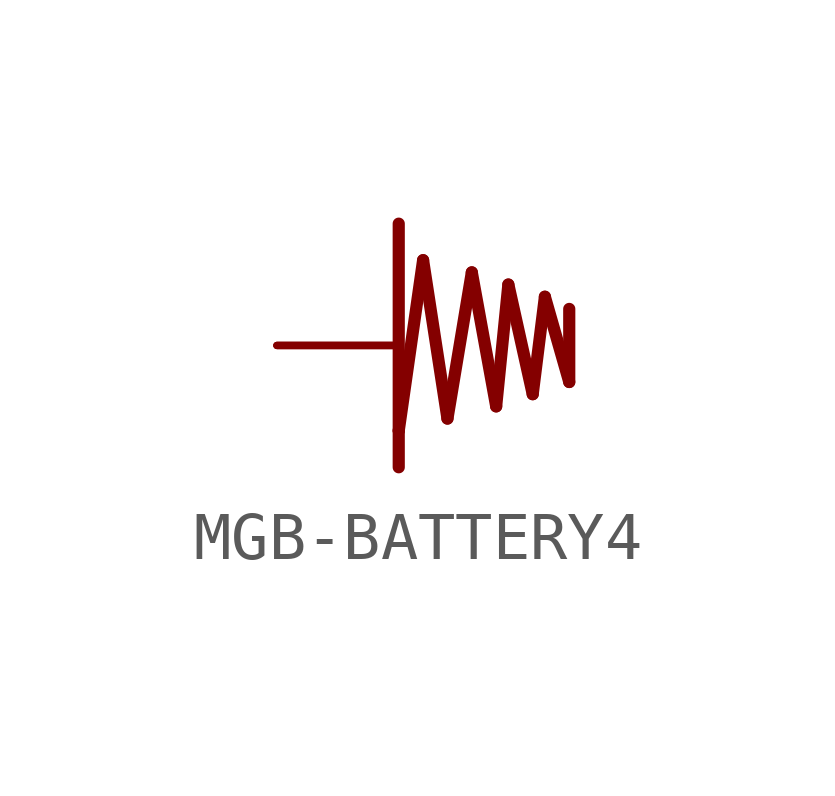
<source format=kicad_sym>
(kicad_symbol_lib
  (version 20241209)
  (generator "kicad_symbol_editor")
  (generator_version "9.0")
  (symbol "MGB-BATTERY4"
    (property "Reference" ""
      (at 0 0 0)
      (effects (font (size 1.27 1.27)) (hide yes)))
    (property "ki_locked" ""
      (at 0 0 0)
      (effects (font (size 1.27 1.27))))
    (symbol "MGB-BATTERY4_1_0"
      (polyline (pts (xy 0 2.54) (xy 0 -1.778)) (stroke (width 0.254) (type solid)) (fill (type none)))
      (polyline (pts (xy 0 -1.778) (xy 0 -2.54)) (stroke (width 0.254) (type solid)) (fill (type none)))
      (polyline (pts (xy 0 -1.778) (xy 0.508 1.778)) (stroke (width 0.254) (type solid)) (fill (type none)))
      (polyline (pts (xy 0.508 1.778) (xy 1.016 -1.524)) (stroke (width 0.254) (type solid)) (fill (type none)))
      (polyline (pts (xy 1.016 -1.524) (xy 1.524 1.524)) (stroke (width 0.254) (type solid)) (fill (type none)))
      (polyline (pts (xy 1.524 1.524) (xy 2.032 -1.27)) (stroke (width 0.254) (type solid)) (fill (type none)))
      (polyline (pts (xy 2.032 -1.27) (xy 2.286 1.27)) (stroke (width 0.254) (type solid)) (fill (type none)))
      (polyline (pts (xy 2.286 1.27) (xy 2.794 -1.016)) (stroke (width 0.254) (type solid)) (fill (type none)))
      (polyline (pts (xy 2.794 -1.016) (xy 3.048 1.016)) (stroke (width 0.254) (type solid)) (fill (type none)))
      (polyline (pts (xy 3.048 1.016) (xy 3.556 -0.762)) (stroke (width 0.254) (type solid)) (fill (type none)))
      (polyline (pts (xy 3.556 -0.762) (xy 3.556 0.762)) (stroke (width 0.254) (type solid)) (fill (type none)))
      (pin bidirectional line (at -2.54 0 0) (length 2.54) (name "P$1" (effects (font (size 0 0)))) (number "P$1" (effects (font (size 0 0)))))
      (pin bidirectional line (at -2.54 0 0) (length 2.54) (name "P$1" (effects (font (size 0 0)))) (number "P$3" (effects (font (size 0 0)))))
      (pin bidirectional line (at -2.54 0 0) (length 2.54) (name "P$1" (effects (font (size 0 0)))) (number "P$4" (effects (font (size 0 0))))))))
</source>
